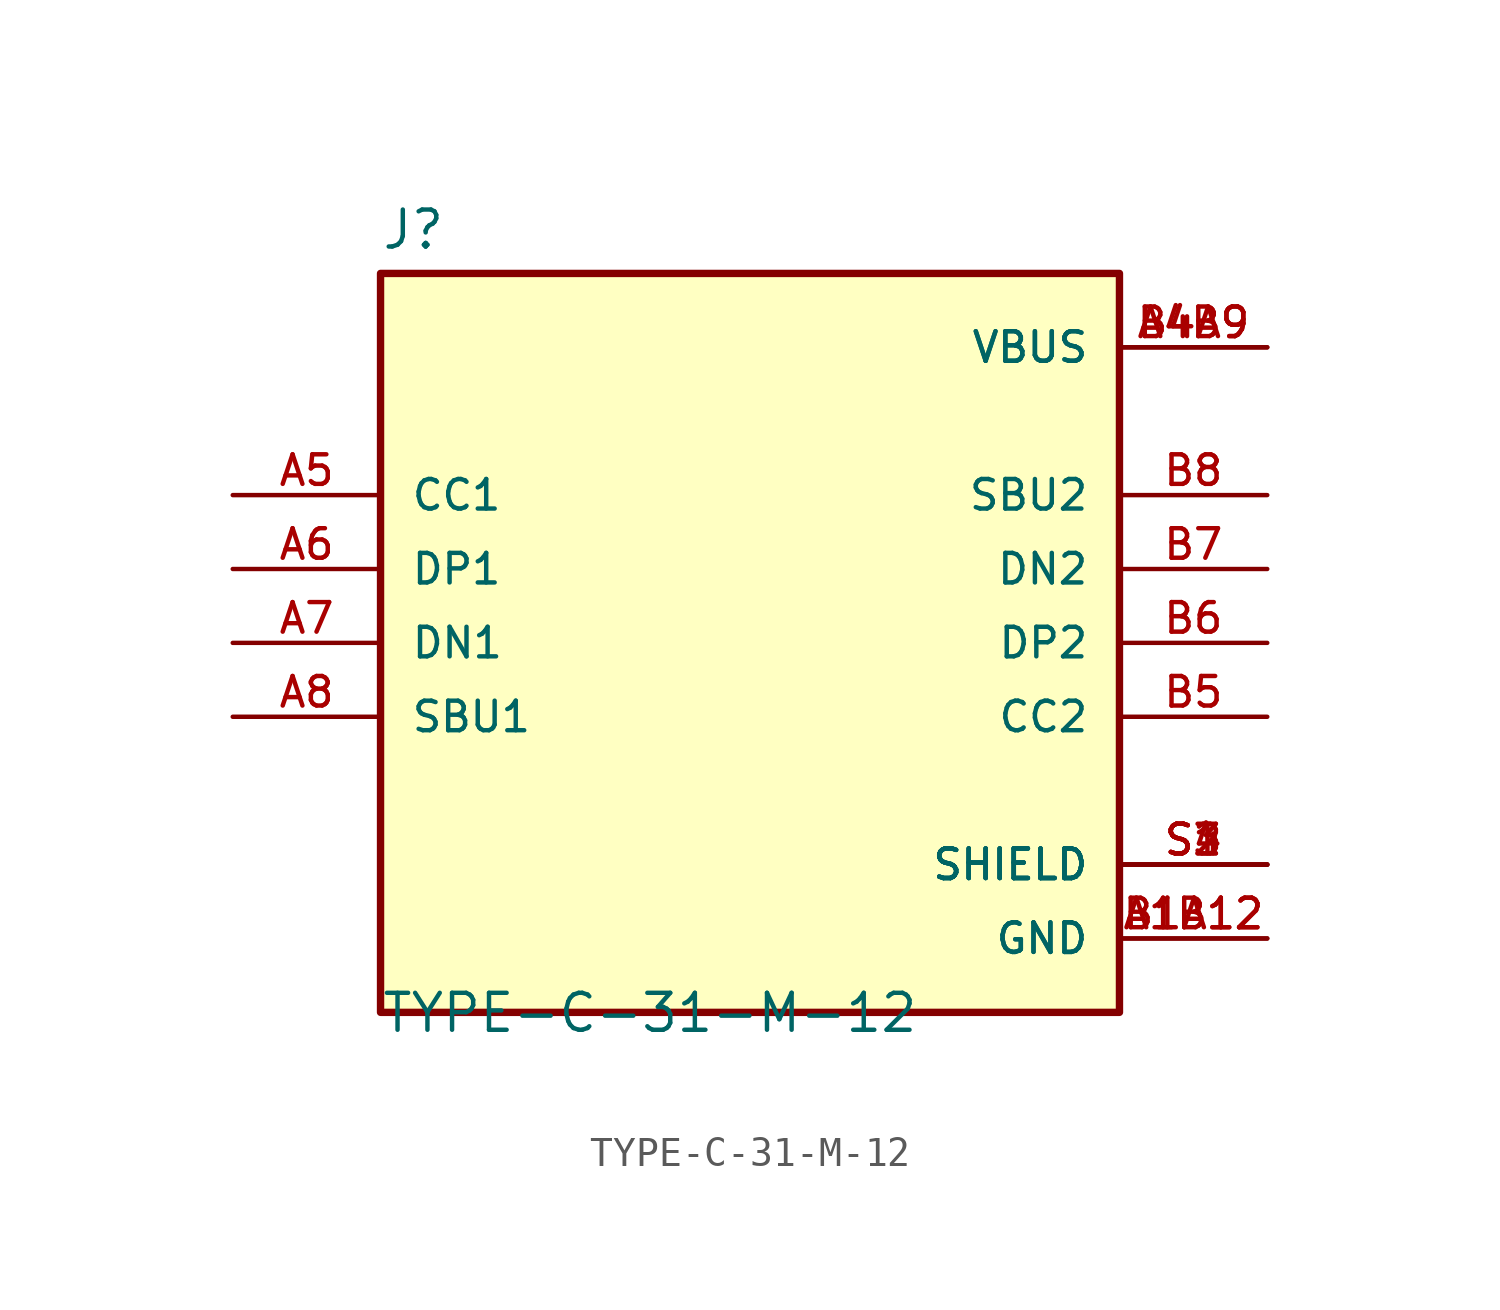
<source format=kicad_sym>
(kicad_symbol_lib
  (version 20211014)
  (generator kicad_symbol_editor)
  (symbol "TYPE-C-31-M-12"
    (pin_names
      (offset 1.016))
    (property "Reference" "J"
      (at -12.7 13.462 0)
      (effects (font (size 1.27 1.27)) (justify left bottom)))
    (property "Value" "TYPE-C-31-M-12"
      (at -12.7 -13.462 0)
      (effects (font (size 1.27 1.27)) (justify left bottom)))
    (property "ki_locked" ""
      (at 0 0 0)
      (effects (font (size 1.27 1.27))))
    (symbol "TYPE-C-31-M-12_0_0"
      (rectangle (start -12.7 -12.7) (end 12.7 12.7) (stroke (width 0.254) (type default) (color 0 0 0 0)) (fill (type background)))
      (pin power_in line (at 17.78 -10.16 180) (length 5.08) (name "GND" (effects (font (size 1.016 1.016)))) (number "A1B12" (effects (font (size 1.016 1.016)))))
      (pin power_in line (at 17.78 10.16 180) (length 5.08) (name "VBUS" (effects (font (size 1.016 1.016)))) (number "A4B9" (effects (font (size 1.016 1.016)))))
      (pin bidirectional line (at -17.78 5.08 0) (length 5.08) (name "CC1" (effects (font (size 1.016 1.016)))) (number "A5" (effects (font (size 1.016 1.016)))))
      (pin bidirectional line (at -17.78 2.54 0) (length 5.08) (name "DP1" (effects (font (size 1.016 1.016)))) (number "A6" (effects (font (size 1.016 1.016)))))
      (pin bidirectional line (at -17.78 0 0) (length 5.08) (name "DN1" (effects (font (size 1.016 1.016)))) (number "A7" (effects (font (size 1.016 1.016)))))
      (pin bidirectional line (at -17.78 -2.54 0) (length 5.08) (name "SBU1" (effects (font (size 1.016 1.016)))) (number "A8" (effects (font (size 1.016 1.016)))))
      (pin power_in line (at 17.78 -10.16 180) (length 5.08) (name "GND" (effects (font (size 1.016 1.016)))) (number "B1A12" (effects (font (size 1.016 1.016)))))
      (pin power_in line (at 17.78 10.16 180) (length 5.08) (name "VBUS" (effects (font (size 1.016 1.016)))) (number "B4A9" (effects (font (size 1.016 1.016)))))
      (pin bidirectional line (at 17.78 -2.54 180) (length 5.08) (name "CC2" (effects (font (size 1.016 1.016)))) (number "B5" (effects (font (size 1.016 1.016)))))
      (pin bidirectional line (at 17.78 0 180) (length 5.08) (name "DP2" (effects (font (size 1.016 1.016)))) (number "B6" (effects (font (size 1.016 1.016)))))
      (pin bidirectional line (at 17.78 2.54 180) (length 5.08) (name "DN2" (effects (font (size 1.016 1.016)))) (number "B7" (effects (font (size 1.016 1.016)))))
      (pin bidirectional line (at 17.78 5.08 180) (length 5.08) (name "SBU2" (effects (font (size 1.016 1.016)))) (number "B8" (effects (font (size 1.016 1.016)))))
      (pin passive line (at 17.78 -7.62 180) (length 5.08) (name "SHIELD" (effects (font (size 1.016 1.016)))) (number "S1" (effects (font (size 1.016 1.016)))))
      (pin passive line (at 17.78 -7.62 180) (length 5.08) (name "SHIELD" (effects (font (size 1.016 1.016)))) (number "S2" (effects (font (size 1.016 1.016)))))
      (pin passive line (at 17.78 -7.62 180) (length 5.08) (name "SHIELD" (effects (font (size 1.016 1.016)))) (number "S3" (effects (font (size 1.016 1.016)))))
      (pin passive line (at 17.78 -7.62 180) (length 5.08) (name "SHIELD" (effects (font (size 1.016 1.016)))) (number "S4" (effects (font (size 1.016 1.016))))))))
</source>
